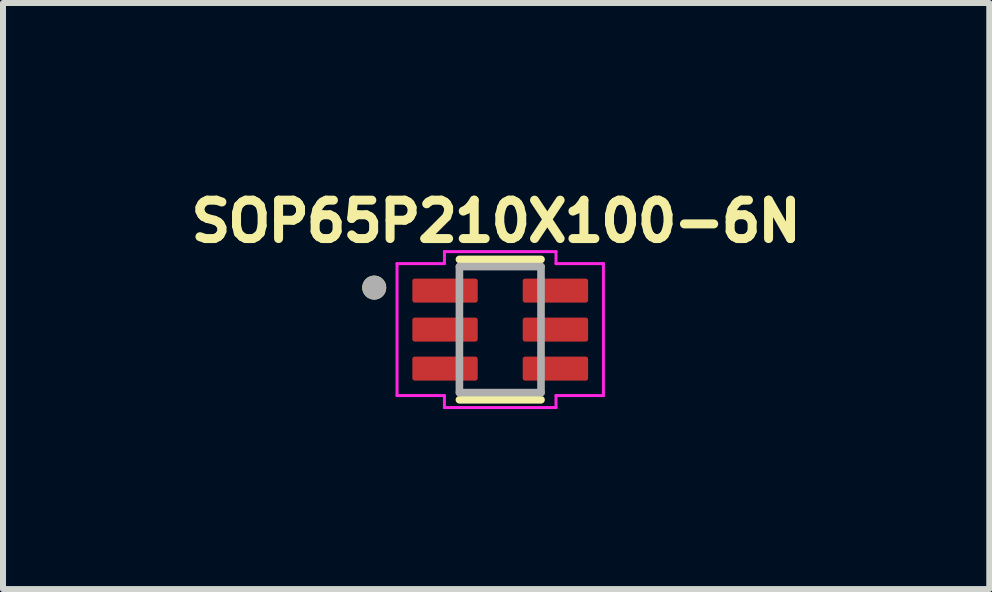
<source format=kicad_pcb>
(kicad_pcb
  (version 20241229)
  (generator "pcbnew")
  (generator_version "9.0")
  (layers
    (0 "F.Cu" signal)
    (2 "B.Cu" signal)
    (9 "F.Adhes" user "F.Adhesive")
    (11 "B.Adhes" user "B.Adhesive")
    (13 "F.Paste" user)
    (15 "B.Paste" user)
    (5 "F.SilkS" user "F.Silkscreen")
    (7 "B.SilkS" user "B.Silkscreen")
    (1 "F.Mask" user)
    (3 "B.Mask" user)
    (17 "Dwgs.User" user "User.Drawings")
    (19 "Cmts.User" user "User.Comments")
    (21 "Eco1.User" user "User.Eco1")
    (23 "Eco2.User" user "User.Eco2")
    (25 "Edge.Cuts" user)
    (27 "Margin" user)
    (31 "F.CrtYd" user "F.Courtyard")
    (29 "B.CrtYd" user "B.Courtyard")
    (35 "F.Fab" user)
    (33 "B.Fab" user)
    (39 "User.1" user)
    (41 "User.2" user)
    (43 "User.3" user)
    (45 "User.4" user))
  (footprint "SOP65P210X100-6N"
    (layer "F.Cu")
    (at 5.288 2.444)
    (property "Reference" "SOP65P210X100-6N" (at -0.068 -1.806 0) (layer "F.SilkS") (effects (font (size 0.64 0.64) (thickness 0.15))))
    (attr smd)
    (fp_line (start -0.68 -1.17) (end 0.68 -1.17) (stroke (width 0.127) (type solid)) (layer "F.SilkS"))
    (fp_line (start -0.68 1.17) (end 0.68 1.17) (stroke (width 0.127) (type solid)) (layer "F.SilkS"))
    (fp_circle (center -2.1 -0.7) (end -2 -0.7) (stroke (width 0.2) (type solid)) (fill no) (layer "F.SilkS"))
    (fp_line (start -1.72 -1.1) (end -0.93 -1.1) (stroke (width 0.05) (type solid)) (layer "F.CrtYd"))
    (fp_line (start -1.72 1.1) (end -1.72 -1.1) (stroke (width 0.05) (type solid)) (layer "F.CrtYd"))
    (fp_line (start -0.93 -1.3) (end 0.93 -1.3) (stroke (width 0.05) (type solid)) (layer "F.CrtYd"))
    (fp_line (start -0.93 -1.1) (end -0.93 -1.3) (stroke (width 0.05) (type solid)) (layer "F.CrtYd"))
    (fp_line (start -0.93 1.1) (end -1.72 1.1) (stroke (width 0.05) (type solid)) (layer "F.CrtYd"))
    (fp_line (start -0.93 1.3) (end -0.93 1.1) (stroke (width 0.05) (type solid)) (layer "F.CrtYd"))
    (fp_line (start 0.93 -1.3) (end 0.93 -1.1) (stroke (width 0.05) (type solid)) (layer "F.CrtYd"))
    (fp_line (start 0.93 -1.1) (end 1.72 -1.1) (stroke (width 0.05) (type solid)) (layer "F.CrtYd"))
    (fp_line (start 0.93 1.1) (end 0.93 1.3) (stroke (width 0.05) (type solid)) (layer "F.CrtYd"))
    (fp_line (start 0.93 1.3) (end -0.93 1.3) (stroke (width 0.05) (type solid)) (layer "F.CrtYd"))
    (fp_line (start 1.72 1.1) (end 0.93 1.1) (stroke (width 0.05) (type solid)) (layer "F.CrtYd"))
    (fp_line (start 1.72 1.1) (end 1.72 -1.1) (stroke (width 0.05) (type solid)) (layer "F.CrtYd"))
    (fp_line (start -0.68 -1.05) (end 0.68 -1.05) (stroke (width 0.127) (type solid)) (layer "F.Fab"))
    (fp_line (start -0.68 1.05) (end -0.68 -1.05) (stroke (width 0.127) (type solid)) (layer "F.Fab"))
    (fp_line (start 0.68 -1.05) (end 0.68 1.05) (stroke (width 0.127) (type solid)) (layer "F.Fab"))
    (fp_line (start 0.68 1.05) (end -0.68 1.05) (stroke (width 0.127) (type solid)) (layer "F.Fab"))
    (fp_circle (center -2.1 -0.7) (end -2 -0.7) (stroke (width 0.2) (type solid)) (fill no) (layer "F.Fab"))
    (pad "1" smd roundrect (at -0.92 -0.65) (size 1.09 0.4) (layers "F.Cu" "F.Mask" "F.Paste") (roundrect_rratio 0.1))
    (pad "2" smd roundrect (at -0.92 0) (size 1.09 0.4) (layers "F.Cu" "F.Mask" "F.Paste") (roundrect_rratio 0.1))
    (pad "3" smd roundrect (at -0.92 0.65) (size 1.09 0.4) (layers "F.Cu" "F.Mask" "F.Paste") (roundrect_rratio 0.1))
    (pad "4" smd roundrect (at 0.92 0.65 180) (size 1.09 0.4) (layers "F.Cu" "F.Mask" "F.Paste") (roundrect_rratio 0.1))
    (pad "5" smd roundrect (at 0.92 0 180) (size 1.09 0.4) (layers "F.Cu" "F.Mask" "F.Paste") (roundrect_rratio 0.1))
    (pad "6" smd roundrect (at 0.92 -0.65 180) (size 1.09 0.4) (layers "F.Cu" "F.Mask" "F.Paste") (roundrect_rratio 0.1)))
  (gr_rect
    (start -3 -3)
    (end 13.44 6.769)
    (stroke (width 0.1) (type default))
    (fill no)
    (layer "Edge.Cuts")))
</source>
